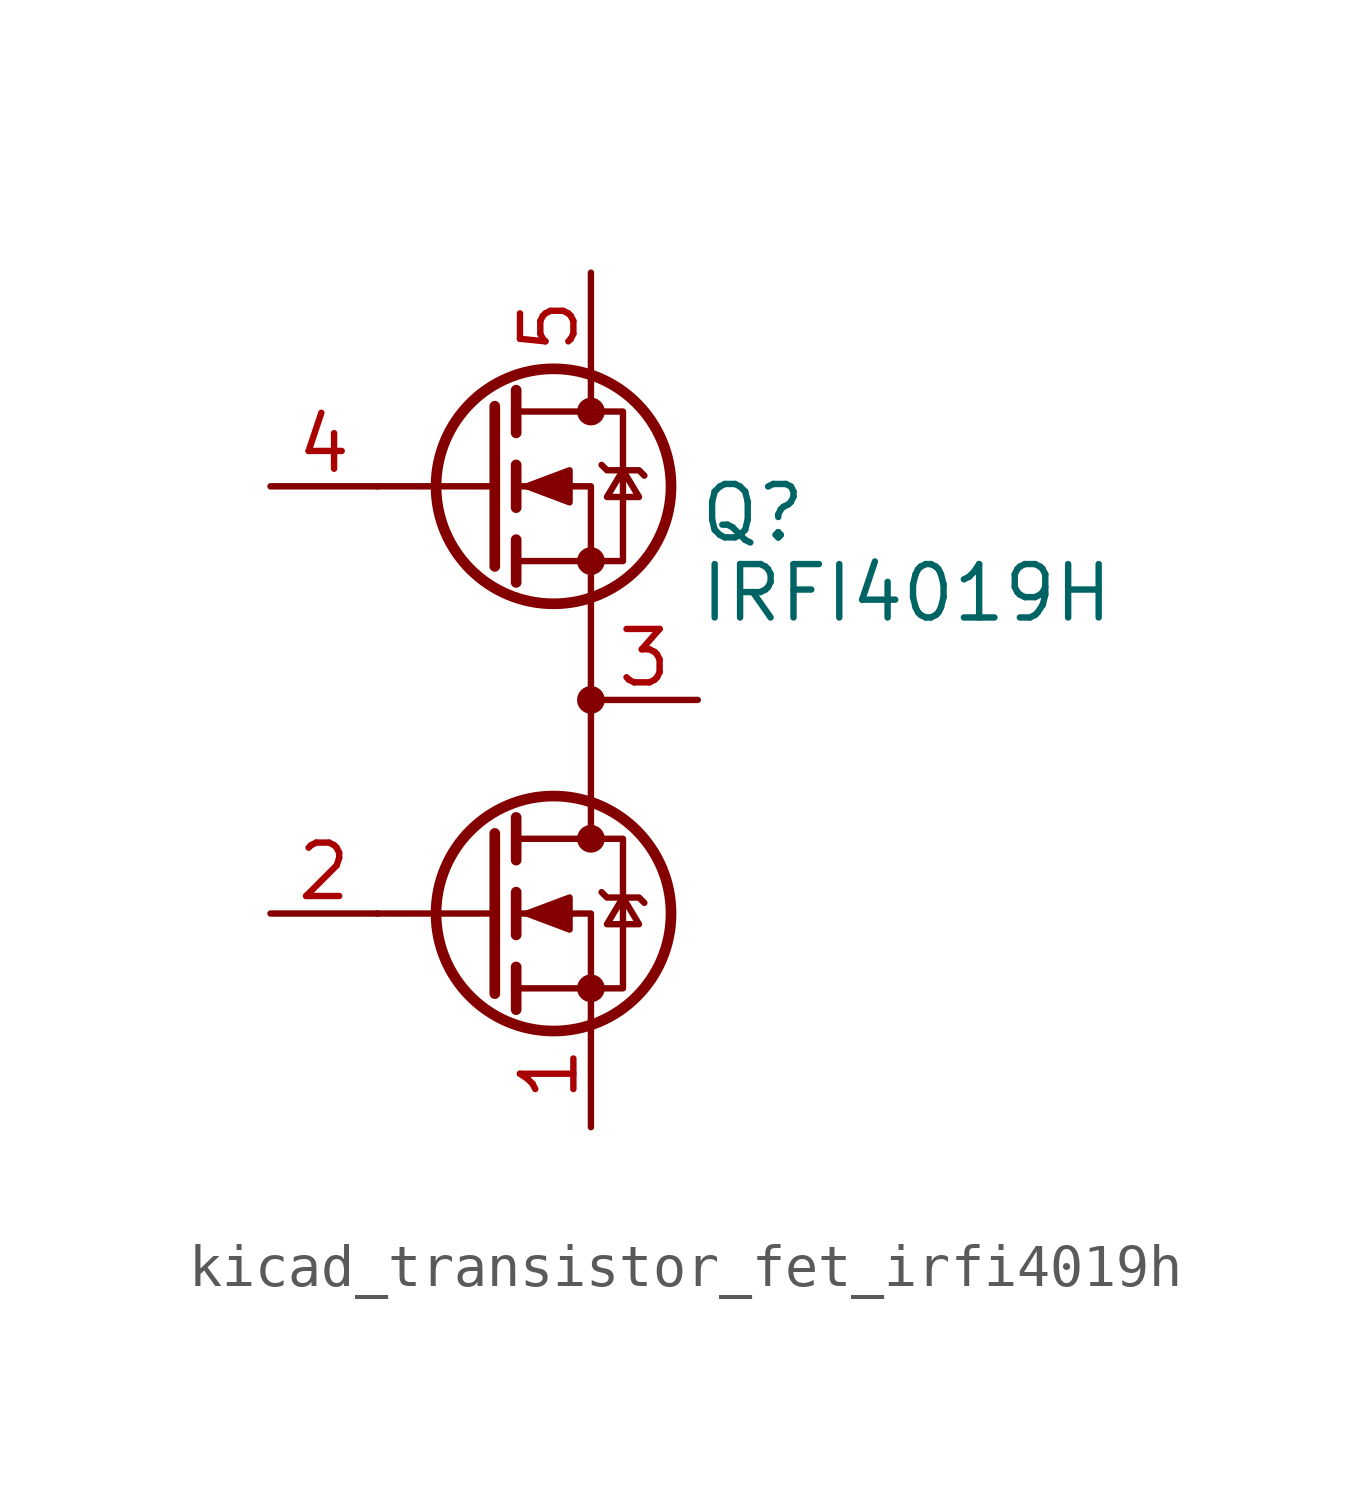
<source format=kicad_sym>
(kicad_symbol_lib
  (version 20220914)
  (generator kicad_symbol_editor)
  (symbol "kicad_transistor_fet_irfi4019h"
    (pin_names hide)
    (property "Reference" "Q"
      (at 5.08 4.445 0)
      (effects (font (size 1.27 1.27)) (justify left)))
    (property "Value" "IRFI4019H"
      (at 5.08 2.54 0)
      (effects (font (size 1.27 1.27)) (justify left)))
    (symbol "kicad_transistor_fet_irfi4019h_0_1"
      (polyline (pts (xy 0.254 -5.08) (xy -2.54 -5.08)) (stroke (width 0) (type default)) (fill (type none)))
      (polyline (pts (xy 0.254 -3.175) (xy 0.254 -6.985)) (stroke (width 0.254) (type default)) (fill (type none)))
      (polyline (pts (xy 0.254 5.08) (xy -2.54 5.08)) (stroke (width 0) (type default)) (fill (type none)))
      (polyline (pts (xy 0.254 6.985) (xy 0.254 3.175)) (stroke (width 0.254) (type default)) (fill (type none)))
      (polyline (pts (xy 0.762 -6.35) (xy 0.762 -7.366)) (stroke (width 0.254) (type default)) (fill (type none)))
      (polyline (pts (xy 0.762 -4.572) (xy 0.762 -5.588)) (stroke (width 0.254) (type default)) (fill (type none)))
      (polyline (pts (xy 0.762 -2.794) (xy 0.762 -3.81)) (stroke (width 0.254) (type default)) (fill (type none)))
      (polyline (pts (xy 0.762 3.81) (xy 0.762 2.794)) (stroke (width 0.254) (type default)) (fill (type none)))
      (polyline (pts (xy 0.762 5.588) (xy 0.762 4.572)) (stroke (width 0.254) (type default)) (fill (type none)))
      (polyline (pts (xy 0.762 7.366) (xy 0.762 6.35)) (stroke (width 0.254) (type default)) (fill (type none)))
      (polyline (pts (xy 2.54 7.62) (xy 2.54 6.858)) (stroke (width 0) (type default)) (fill (type none)))
      (polyline (pts (xy 2.54 -7.62) (xy 2.54 -5.08) (xy 0.762 -5.08)) (stroke (width 0) (type default)) (fill (type none)))
      (polyline (pts (xy 2.54 -3.302) (xy 2.54 5.08) (xy 0.762 5.08)) (stroke (width 0) (type default)) (fill (type none)))
      (polyline (pts (xy 0.762 -6.858) (xy 3.302 -6.858) (xy 3.302 -3.302) (xy 0.762 -3.302)) (stroke (width 0) (type default)) (fill (type none)))
      (polyline (pts (xy 0.762 3.302) (xy 3.302 3.302) (xy 3.302 6.858) (xy 0.762 6.858)) (stroke (width 0) (type default)) (fill (type none)))
      (polyline (pts (xy 1.016 -5.08) (xy 2.032 -4.699) (xy 2.032 -5.461) (xy 1.016 -5.08)) (stroke (width 0) (type default)) (fill (type outline)))
      (polyline (pts (xy 1.016 5.08) (xy 2.032 5.461) (xy 2.032 4.699) (xy 1.016 5.08)) (stroke (width 0) (type default)) (fill (type outline)))
      (polyline (pts (xy 2.794 -4.572) (xy 2.921 -4.699) (xy 3.683 -4.699) (xy 3.81 -4.826)) (stroke (width 0) (type default)) (fill (type none)))
      (polyline (pts (xy 2.794 5.588) (xy 2.921 5.461) (xy 3.683 5.461) (xy 3.81 5.334)) (stroke (width 0) (type default)) (fill (type none)))
      (polyline (pts (xy 3.302 -4.699) (xy 2.921 -5.334) (xy 3.683 -5.334) (xy 3.302 -4.699)) (stroke (width 0) (type default)) (fill (type none)))
      (polyline (pts (xy 3.302 5.461) (xy 2.921 4.826) (xy 3.683 4.826) (xy 3.302 5.461)) (stroke (width 0) (type default)) (fill (type none)))
      (circle (center 1.651 -5.08) (radius 2.794) (stroke (width 0.254) (type default)) (fill (type none)))
      (circle (center 1.651 5.08) (radius 2.794) (stroke (width 0.254) (type default)) (fill (type none)))
      (circle (center 2.54 -6.858) (radius 0.254) (stroke (width 0) (type default)) (fill (type outline)))
      (circle (center 2.54 -3.302) (radius 0.254) (stroke (width 0) (type default)) (fill (type outline)))
      (circle (center 2.54 0) (radius 0.254) (stroke (width 0) (type default)) (fill (type outline)))
      (circle (center 2.54 3.302) (radius 0.254) (stroke (width 0) (type default)) (fill (type outline)))
      (circle (center 2.54 6.858) (radius 0.254) (stroke (width 0) (type default)) (fill (type outline))))
    (symbol "kicad_transistor_fet_irfi4019h_1_1"
      (pin passive line (at 2.54 -10.16 90) (length 2.54) (name "S2" (effects (font (size 1.27 1.27)))) (number "1" (effects (font (size 1.27 1.27)))))
      (pin input line (at -5.08 -5.08 0) (length 2.54) (name "G2" (effects (font (size 1.27 1.27)))) (number "2" (effects (font (size 1.27 1.27)))))
      (pin passive line (at 5.08 0 180) (length 2.54) (name "S1/D2" (effects (font (size 1.27 1.27)))) (number "3" (effects (font (size 1.27 1.27)))))
      (pin input line (at -5.08 5.08 0) (length 2.54) (name "G1" (effects (font (size 1.27 1.27)))) (number "4" (effects (font (size 1.27 1.27)))))
      (pin passive line (at 2.54 10.16 270) (length 2.54) (name "D1" (effects (font (size 1.27 1.27)))) (number "5" (effects (font (size 1.27 1.27))))))))
</source>
